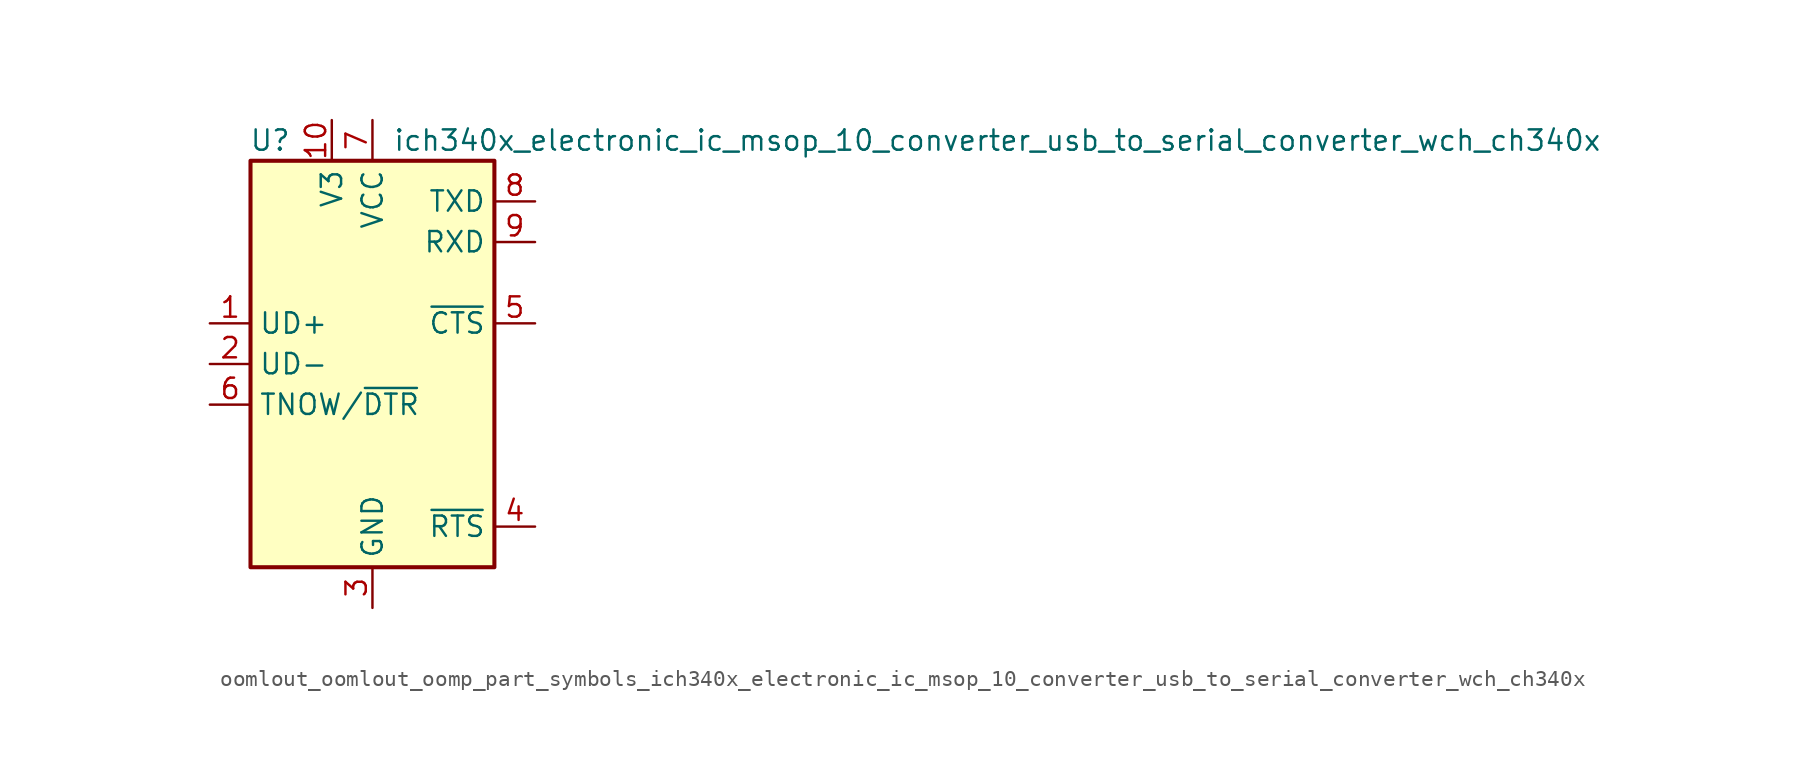
<source format=kicad_sym>
(kicad_symbol_lib
  (version 20220914)
  (generator kicad_symbol_editor)
  (symbol "oomlout_oomlout_oomp_part_symbols_ich340x_electronic_ic_msop_10_converter_usb_to_serial_converter_wch_ch340x"
    (property "Reference" "U"
      (at -5.08 13.97 0)
      (effects (font (size 1.27 1.27)) (justify right)))
    (property "Value" "ich340x_electronic_ic_msop_10_converter_usb_to_serial_converter_wch_ch340x"
      (at 1.27 13.97 0)
      (effects (font (size 1.27 1.27)) (justify left)))
    (symbol "oomlout_oomlout_oomp_part_symbols_ich340x_electronic_ic_msop_10_converter_usb_to_serial_converter_wch_ch340x_0_1"
      (rectangle (start -7.62 12.7) (end 7.62 -12.7) (stroke (width 0.254) (type default)) (fill (type background))))
    (symbol "oomlout_oomlout_oomp_part_symbols_ich340x_electronic_ic_msop_10_converter_usb_to_serial_converter_wch_ch340x_1_1"
      (pin bidirectional line (at -10.16 2.54 0) (length 2.54) (name "UD+" (effects (font (size 1.27 1.27)))) (number "1" (effects (font (size 1.27 1.27)))))
      (pin passive line (at -2.54 15.24 270) (length 2.54) (name "V3" (effects (font (size 1.27 1.27)))) (number "10" (effects (font (size 1.27 1.27)))))
      (pin bidirectional line (at -10.16 0 0) (length 2.54) (name "UD-" (effects (font (size 1.27 1.27)))) (number "2" (effects (font (size 1.27 1.27)))))
      (pin power_in line (at 0 -15.24 90) (length 2.54) (name "GND" (effects (font (size 1.27 1.27)))) (number "3" (effects (font (size 1.27 1.27)))))
      (pin output line (at 10.16 -10.16 180) (length 2.54) (name "~{RTS}" (effects (font (size 1.27 1.27)))) (number "4" (effects (font (size 1.27 1.27)))))
      (pin input line (at 10.16 2.54 180) (length 2.54) (name "~{CTS}" (effects (font (size 1.27 1.27)))) (number "5" (effects (font (size 1.27 1.27)))))
      (pin output line (at -10.16 -2.54 0) (length 2.54) (name "TNOW/~{DTR}" (effects (font (size 1.27 1.27)))) (number "6" (effects (font (size 1.27 1.27)))))
      (pin power_in line (at 0 15.24 270) (length 2.54) (name "VCC" (effects (font (size 1.27 1.27)))) (number "7" (effects (font (size 1.27 1.27)))))
      (pin output line (at 10.16 10.16 180) (length 2.54) (name "TXD" (effects (font (size 1.27 1.27)))) (number "8" (effects (font (size 1.27 1.27)))))
      (pin input line (at 10.16 7.62 180) (length 2.54) (name "RXD" (effects (font (size 1.27 1.27)))) (number "9" (effects (font (size 1.27 1.27))))))))
</source>
